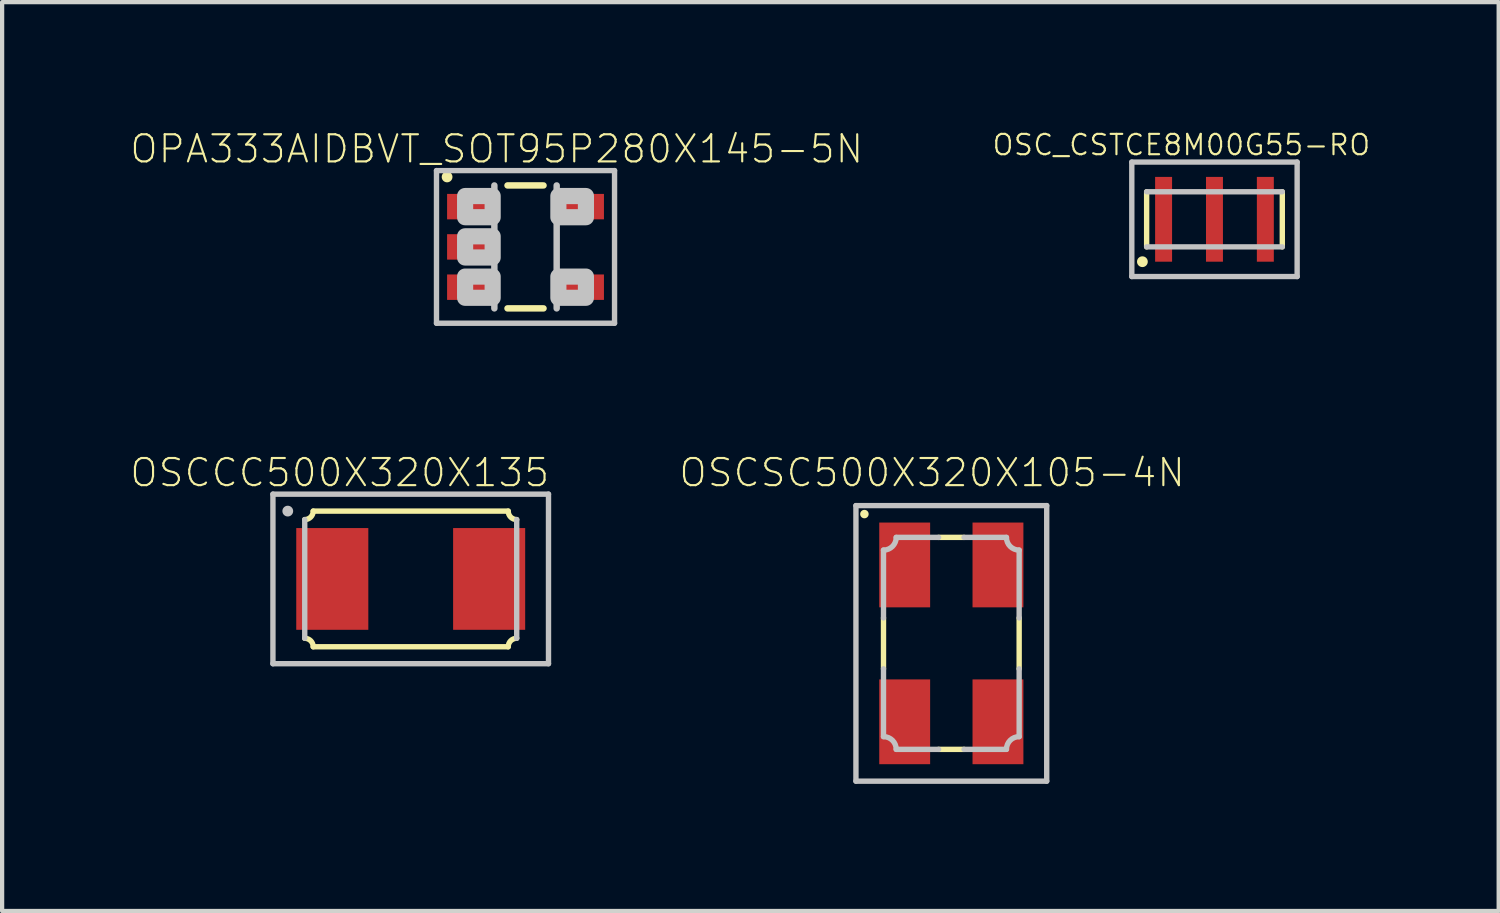
<source format=kicad_pcb>
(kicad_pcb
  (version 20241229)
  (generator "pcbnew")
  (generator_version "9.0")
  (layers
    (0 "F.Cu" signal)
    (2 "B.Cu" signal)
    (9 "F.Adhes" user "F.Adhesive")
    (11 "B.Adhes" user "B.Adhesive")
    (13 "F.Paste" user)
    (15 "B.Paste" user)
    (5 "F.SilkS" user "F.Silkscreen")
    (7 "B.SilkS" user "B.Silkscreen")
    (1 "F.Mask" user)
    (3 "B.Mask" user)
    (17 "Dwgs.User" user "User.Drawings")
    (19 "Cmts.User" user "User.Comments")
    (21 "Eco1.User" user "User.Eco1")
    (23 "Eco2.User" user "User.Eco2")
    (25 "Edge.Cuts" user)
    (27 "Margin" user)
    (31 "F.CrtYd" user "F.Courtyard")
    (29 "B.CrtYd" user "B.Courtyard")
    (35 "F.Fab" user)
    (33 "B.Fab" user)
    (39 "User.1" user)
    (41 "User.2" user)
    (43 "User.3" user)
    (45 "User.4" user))
  (footprint "OSCCC500X320X135"
    (layer "F.Cu")
    (at 6.638 10.606)
    (property "Reference" "OSCCC500X320X135" (at -1.674 -2.506 0) (layer "F.SilkS") (effects (font (size 0.64 0.64) (thickness 0.05))))
    (attr smd)
    (fp_line (start -2.3 -1.6) (end 2.3 -1.6) (stroke (width 0.127) (type solid)) (layer "F.SilkS"))
    (fp_line (start 2.3 1.6) (end -2.3 1.6) (stroke (width 0.127) (type solid)) (layer "F.SilkS"))
    (fp_arc (start -2.5 1.4) (mid -2.358579 1.458579) (end -2.3 1.6) (stroke (width 0.127) (type solid)) (layer "F.SilkS"))
    (fp_arc (start -2.3 -1.6) (mid -2.358579 -1.458579) (end -2.5 -1.4) (stroke (width 0.127) (type solid)) (layer "F.SilkS"))
    (fp_arc (start 2.3 1.6) (mid 2.358579 1.458579) (end 2.5 1.4) (stroke (width 0.127) (type solid)) (layer "F.SilkS"))
    (fp_arc (start 2.5 -1.4) (mid 2.358579 -1.458579) (end 2.3 -1.6) (stroke (width 0.127) (type solid)) (layer "F.SilkS"))
    (fp_line (start -3.25 -2) (end 3.25 -2) (stroke (width 0.127) (type solid)) (layer "Dwgs.User"))
    (fp_line (start -3.25 2) (end -3.25 -2) (stroke (width 0.127) (type solid)) (layer "Dwgs.User"))
    (fp_line (start -2.5 -1.4) (end -2.5 1.4) (stroke (width 0.127) (type solid)) (layer "Dwgs.User"))
    (fp_line (start 2.5 -1.4) (end 2.5 1.4) (stroke (width 0.127) (type solid)) (layer "Dwgs.User"))
    (fp_line (start 3.25 -2) (end 3.25 2) (stroke (width 0.127) (type solid)) (layer "Dwgs.User"))
    (fp_line (start 3.25 2) (end -3.25 2) (stroke (width 0.127) (type solid)) (layer "Dwgs.User"))
    (fp_circle (center -2.9 -1.6) (end -2.773 -1.6) (stroke (width 0) (type solid)) (fill yes) (layer "Dwgs.User"))
    (pad "1" smd rect (at -1.85 0) (size 1.7 2.4) (layers "F.Cu" "F.Mask" "F.Paste"))
    (pad "2" smd rect (at 1.85 0) (size 1.7 2.4) (layers "F.Cu" "F.Mask" "F.Paste")))
  (footprint "OSC_CSTCE8M00G55-RO"
    (layer "F.Cu")
    (at 25.597 2.123)
    (property "Reference" "OSC_CSTCE8M00G55-RO" (at -0.781 -1.755 0) (layer "F.SilkS") (effects (font (size 0.48 0.48) (thickness 0.05))))
    (attr smd)
    (fp_line (start -1.6 0.65) (end -1.6 -0.65) (stroke (width 0.127) (type solid)) (layer "F.SilkS"))
    (fp_line (start 1.6 -0.65) (end 1.6 0.65) (stroke (width 0.127) (type solid)) (layer "F.SilkS"))
    (fp_circle (center -1.7 1) (end -1.573 1) (stroke (width 0) (type solid)) (fill yes) (layer "F.SilkS"))
    (fp_line (start -1.95 -1.35) (end 1.95 -1.35) (stroke (width 0.127) (type solid)) (layer "Dwgs.User"))
    (fp_line (start -1.95 1.35) (end -1.95 -1.35) (stroke (width 0.127) (type solid)) (layer "Dwgs.User"))
    (fp_line (start -1.6 -0.65) (end 1.6 -0.65) (stroke (width 0.127) (type solid)) (layer "Dwgs.User"))
    (fp_line (start 1.6 0.65) (end -1.6 0.65) (stroke (width 0.127) (type solid)) (layer "Dwgs.User"))
    (fp_line (start 1.95 -1.35) (end 1.95 1.35) (stroke (width 0.127) (type solid)) (layer "Dwgs.User"))
    (fp_line (start 1.95 1.35) (end -1.95 1.35) (stroke (width 0.127) (type solid)) (layer "Dwgs.User"))
    (pad "1" smd rect (at -1.2 0) (size 0.4 2) (layers "F.Cu" "F.Mask" "F.Paste"))
    (pad "2" smd rect (at 0 0) (size 0.4 2) (layers "F.Cu" "F.Mask" "F.Paste"))
    (pad "3" smd rect (at 1.2 0) (size 0.4 2) (layers "F.Cu" "F.Mask" "F.Paste")))
  (footprint "OSCSC500X320X105-4N"
    (layer "F.Cu")
    (at 19.39 12.126)
    (property "Reference" "OSCSC500X320X105-4N" (at -0.454 -4.026 0) (layer "F.SilkS") (effects (font (size 0.64 0.64) (thickness 0.05))))
    (attr smd)
    (fp_line (start -1.6 -0.6) (end -1.6 0.6) (stroke (width 0.127) (type solid)) (layer "F.SilkS"))
    (fp_line (start 0.3 -2.5) (end -0.3 -2.5) (stroke (width 0.127) (type solid)) (layer "F.SilkS"))
    (fp_line (start 0.3 2.5) (end -0.3 2.5) (stroke (width 0.127) (type solid)) (layer "F.SilkS"))
    (fp_line (start 1.6 -0.6) (end 1.6 0.6) (stroke (width 0.127) (type solid)) (layer "F.SilkS"))
    (fp_circle (center -2.05 -3.05) (end -1.95 -3.05) (stroke (width 0) (type solid)) (fill yes) (layer "F.SilkS"))
    (fp_line (start -2.25 -3.25) (end -2.25 3.25) (stroke (width 0.127) (type solid)) (layer "Dwgs.User"))
    (fp_line (start -2.25 3.25) (end 2.25 3.25) (stroke (width 0.127) (type solid)) (layer "Dwgs.User"))
    (fp_line (start -1.6 -2.2) (end -1.6 -0.6) (stroke (width 0.127) (type solid)) (layer "Dwgs.User"))
    (fp_line (start -1.6 0.6) (end -1.6 2.2) (stroke (width 0.127) (type solid)) (layer "Dwgs.User"))
    (fp_line (start -1.3 2.5) (end -0.3 2.5) (stroke (width 0.127) (type solid)) (layer "Dwgs.User"))
    (fp_line (start -0.3 -2.5) (end -1.3 -2.5) (stroke (width 0.127) (type solid)) (layer "Dwgs.User"))
    (fp_line (start 0.3 -2.5) (end 1.3 -2.5) (stroke (width 0.127) (type solid)) (layer "Dwgs.User"))
    (fp_line (start 1.3 2.5) (end 0.3 2.5) (stroke (width 0.127) (type solid)) (layer "Dwgs.User"))
    (fp_line (start 1.6 -2.2) (end 1.6 -0.6) (stroke (width 0.127) (type solid)) (layer "Dwgs.User"))
    (fp_line (start 1.6 0.6) (end 1.6 2.2) (stroke (width 0.127) (type solid)) (layer "Dwgs.User"))
    (fp_line (start 2.25 -3.25) (end -2.25 -3.25) (stroke (width 0.127) (type solid)) (layer "Dwgs.User"))
    (fp_line (start 2.25 3.25) (end 2.25 -3.25) (stroke (width 0.127) (type solid)) (layer "Dwgs.User"))
    (fp_arc (start -1.6 2.2) (mid -1.387868 2.287868) (end -1.3 2.5) (stroke (width 0.127) (type solid)) (layer "Dwgs.User"))
    (fp_arc (start -1.3 -2.5) (mid -1.387868 -2.287868) (end -1.6 -2.2) (stroke (width 0.127) (type solid)) (layer "Dwgs.User"))
    (fp_arc (start 1.3 2.5) (mid 1.387868 2.287868) (end 1.6 2.2) (stroke (width 0.127) (type solid)) (layer "Dwgs.User"))
    (fp_arc (start 1.6 -2.2) (mid 1.387868 -2.287868) (end 1.3 -2.5) (stroke (width 0.127) (type solid)) (layer "Dwgs.User"))
    (pad "1" smd rect (at -1.1 -1.85 270) (size 2 1.2) (layers "F.Cu" "F.Mask" "F.Paste"))
    (pad "2" smd rect (at -1.1 1.85 270) (size 2 1.2) (layers "F.Cu" "F.Mask" "F.Paste"))
    (pad "3" smd rect (at 1.1 1.85 270) (size 2 1.2) (layers "F.Cu" "F.Mask" "F.Paste"))
    (pad "4" smd rect (at 1.1 -1.85 270) (size 2 1.2) (layers "F.Cu" "F.Mask" "F.Paste")))
  (footprint "OPA333AIDBVT_SOT95P280X145-5N"
    (layer "F.Cu")
    (at 9.346 2.774)
    (property "Reference" "OPA333AIDBVT_SOT95P280X145-5N" (at -0.679 -2.311 0) (layer "F.SilkS") (effects (font (size 0.64 0.64) (thickness 0.05))))
    (attr smd)
    (fp_line (start -0.425 -1.45) (end 0.425 -1.45) (stroke (width 0.152) (type solid)) (layer "F.SilkS"))
    (fp_line (start 0.425 1.45) (end -0.425 1.45) (stroke (width 0.152) (type solid)) (layer "F.SilkS"))
    (fp_circle (center -1.85 -1.65) (end -1.723 -1.65) (stroke (width 0) (type solid)) (fill yes) (layer "F.SilkS"))
    (fp_line (start -2.1 -1.8) (end -2.1 1.8) (stroke (width 0.127) (type solid)) (layer "Dwgs.User"))
    (fp_line (start -2.1 1.8) (end 2.1 1.8) (stroke (width 0.127) (type solid)) (layer "Dwgs.User"))
    (fp_line (start -0.735 1.45) (end -0.735 -1.45) (stroke (width 0.152) (type solid)) (layer "Dwgs.User"))
    (fp_line (start 0.735 -1.45) (end 0.735 1.45) (stroke (width 0.152) (type solid)) (layer "Dwgs.User"))
    (fp_line (start 2.1 -1.8) (end -2.1 -1.8) (stroke (width 0.127) (type solid)) (layer "Dwgs.User"))
    (fp_line (start 2.1 1.8) (end 2.1 -1.8) (stroke (width 0.127) (type solid)) (layer "Dwgs.User"))
    (fp_poly (pts (xy -0.775 -1.2) (xy -0.775 -0.7) (xy -1.425 -0.7) (xy -1.425 -1.2)) (stroke (width 0.381) (type solid)) (fill no) (layer "Dwgs.User"))
    (fp_poly (pts (xy -0.775 -0.25) (xy -0.775 0.25) (xy -1.425 0.25) (xy -1.425 -0.25)) (stroke (width 0.381) (type solid)) (fill no) (layer "Dwgs.User"))
    (fp_poly (pts (xy -0.775 0.7) (xy -0.775 1.2) (xy -1.425 1.2) (xy -1.425 0.7)) (stroke (width 0.381) (type solid)) (fill no) (layer "Dwgs.User"))
    (fp_poly (pts (xy 1.425 -1.2) (xy 1.425 -0.7) (xy 0.775 -0.7) (xy 0.775 -1.2)) (stroke (width 0.381) (type solid)) (fill no) (layer "Dwgs.User"))
    (fp_poly (pts (xy 1.425 0.7) (xy 1.425 1.2) (xy 0.775 1.2) (xy 0.775 0.7)) (stroke (width 0.381) (type solid)) (fill no) (layer "Dwgs.User"))
    (pad "1" smd rect (at -1.3 -0.95 180) (size 1.1 0.6) (layers "F.Cu" "F.Mask" "F.Paste"))
    (pad "2" smd rect (at -1.3 0) (size 1.1 0.6) (layers "F.Cu" "F.Mask" "F.Paste"))
    (pad "3" smd rect (at -1.3 0.95) (size 1.1 0.6) (layers "F.Cu" "F.Mask" "F.Paste"))
    (pad "4" smd rect (at 1.3 0.95) (size 1.1 0.6) (layers "F.Cu" "F.Mask" "F.Paste"))
    (pad "5" smd rect (at 1.3 -0.95) (size 1.1 0.6) (layers "F.Cu" "F.Mask" "F.Paste")))
  (gr_rect
    (start -3 -3)
    (end 32.301 18.439)
    (stroke (width 0.1) (type default))
    (fill no)
    (layer "Edge.Cuts")))
</source>
